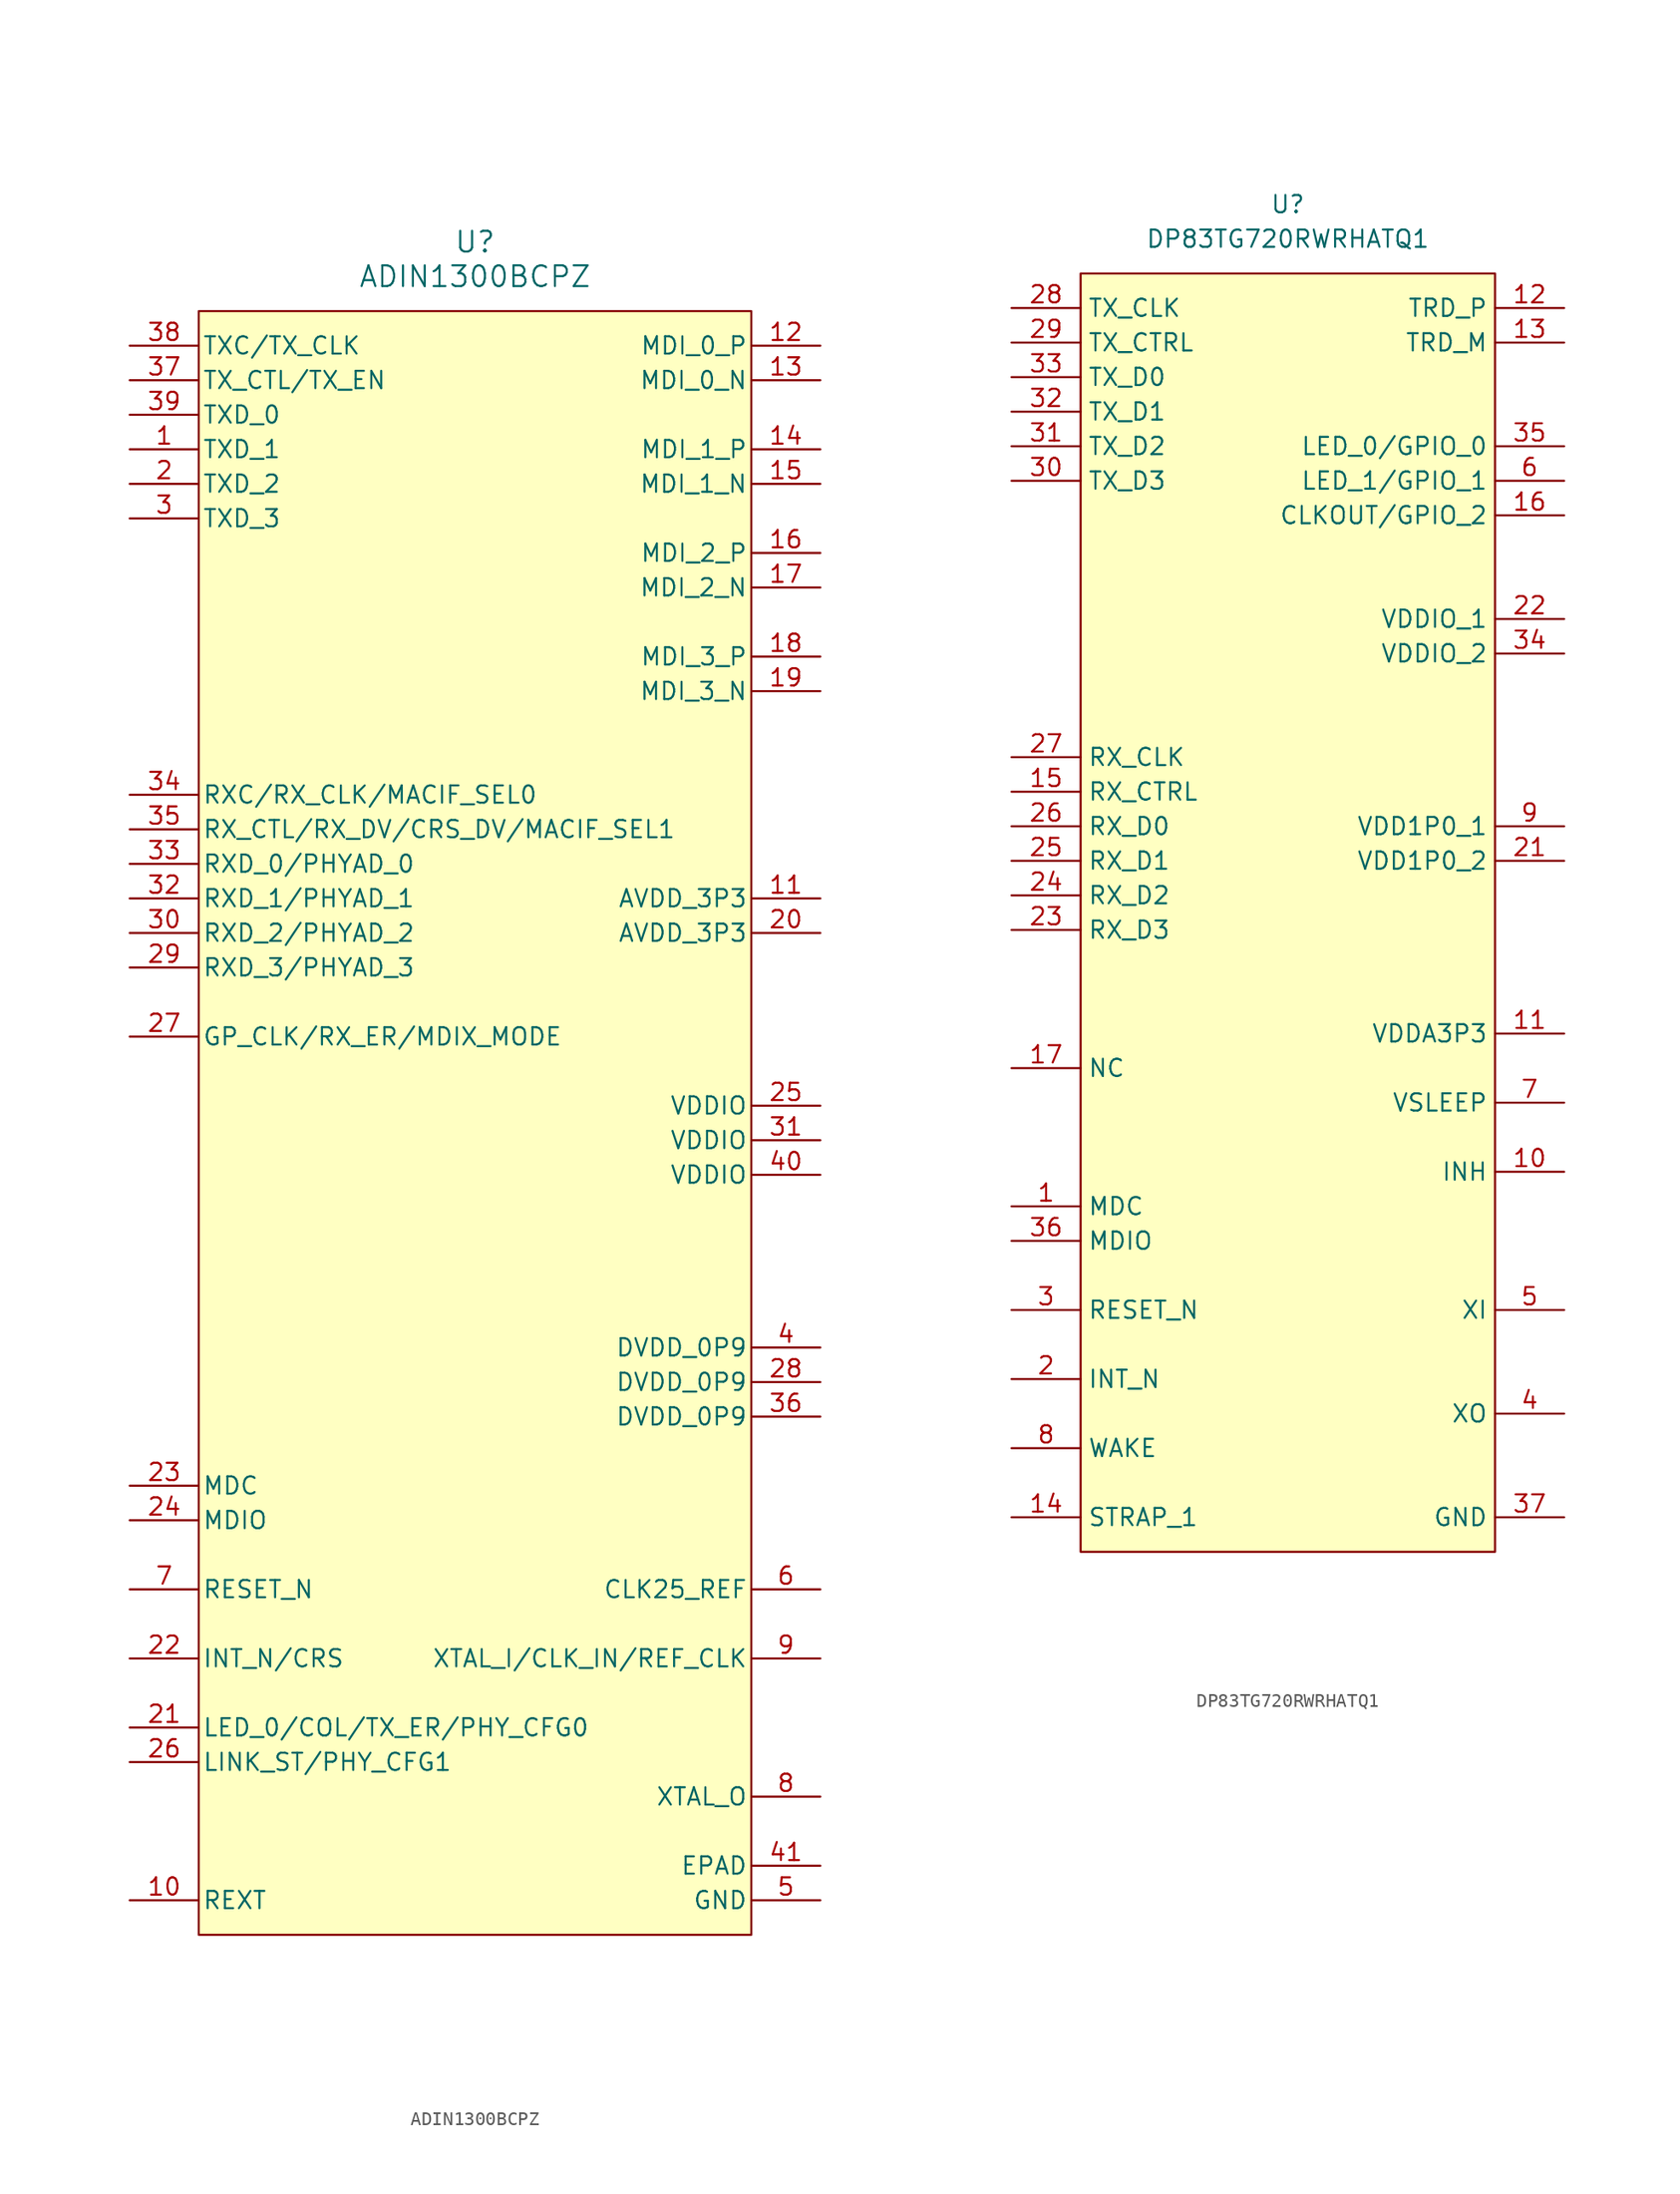
<source format=kicad_sym>
(kicad_symbol_lib
  (version 20241209)
  (generator "kicad_symbol_editor")
  (generator_version "9.0")
  (symbol "ADIN1300BCPZ"
    (pin_names
      (offset 0.254))
    (property "Reference" "U"
      (at 0 5.08 0)
      (effects (font (size 1.524 1.524))))
    (property "Value" "ADIN1300BCPZ"
      (at 0 2.54 0)
      (effects (font (size 1.524 1.524))))
    (symbol "ADIN1300BCPZ_0_1"
      (pin input line (at -25.4 -2.54 0) (length 5.08) (name "TXC/TX_CLK" (effects (font (size 1.27 1.27)))) (number "38" (effects (font (size 1.27 1.27)))))
      (pin input line (at -25.4 -5.08 0) (length 5.08) (name "TX_CTL/TX_EN" (effects (font (size 1.27 1.27)))) (number "37" (effects (font (size 1.27 1.27)))))
      (pin input line (at -25.4 -7.62 0) (length 5.08) (name "TXD_0" (effects (font (size 1.27 1.27)))) (number "39" (effects (font (size 1.27 1.27)))))
      (pin input line (at -25.4 -10.16 0) (length 5.08) (name "TXD_1" (effects (font (size 1.27 1.27)))) (number "1" (effects (font (size 1.27 1.27)))))
      (pin input line (at -25.4 -12.7 0) (length 5.08) (name "TXD_2" (effects (font (size 1.27 1.27)))) (number "2" (effects (font (size 1.27 1.27)))))
      (pin input line (at -25.4 -15.24 0) (length 5.08) (name "TXD_3" (effects (font (size 1.27 1.27)))) (number "3" (effects (font (size 1.27 1.27)))))
      (pin output line (at -25.4 -35.56 0) (length 5.08) (name "RXC/RX_CLK/MACIF_SEL0" (effects (font (size 1.27 1.27)))) (number "34" (effects (font (size 1.27 1.27)))))
      (pin output line (at -25.4 -38.1 0) (length 5.08) (name "RX_CTL/RX_DV/CRS_DV/MACIF_SEL1" (effects (font (size 1.27 1.27)))) (number "35" (effects (font (size 1.27 1.27)))))
      (pin output line (at -25.4 -40.64 0) (length 5.08) (name "RXD_0/PHYAD_0" (effects (font (size 1.27 1.27)))) (number "33" (effects (font (size 1.27 1.27)))))
      (pin output line (at -25.4 -43.18 0) (length 5.08) (name "RXD_1/PHYAD_1" (effects (font (size 1.27 1.27)))) (number "32" (effects (font (size 1.27 1.27)))))
      (pin output line (at -25.4 -45.72 0) (length 5.08) (name "RXD_2/PHYAD_2" (effects (font (size 1.27 1.27)))) (number "30" (effects (font (size 1.27 1.27)))))
      (pin output line (at -25.4 -48.26 0) (length 5.08) (name "RXD_3/PHYAD_3" (effects (font (size 1.27 1.27)))) (number "29" (effects (font (size 1.27 1.27)))))
      (pin input line (at -25.4 -93.98 0) (length 5.08) (name "RESET_N" (effects (font (size 1.27 1.27)))) (number "7" (effects (font (size 1.27 1.27)))))
      (pin output line (at -25.4 -106.68 0) (length 5.08) (name "LINK_ST/PHY_CFG1" (effects (font (size 1.27 1.27)))) (number "26" (effects (font (size 1.27 1.27)))))
      (pin bidirectional line (at 25.4 -2.54 180) (length 5.08) (name "MDI_0_P" (effects (font (size 1.27 1.27)))) (number "12" (effects (font (size 1.27 1.27)))))
      (pin bidirectional line (at 25.4 -5.08 180) (length 5.08) (name "MDI_0_N" (effects (font (size 1.27 1.27)))) (number "13" (effects (font (size 1.27 1.27)))))
      (pin bidirectional line (at 25.4 -10.16 180) (length 5.08) (name "MDI_1_P" (effects (font (size 1.27 1.27)))) (number "14" (effects (font (size 1.27 1.27)))))
      (pin bidirectional line (at 25.4 -12.7 180) (length 5.08) (name "MDI_1_N" (effects (font (size 1.27 1.27)))) (number "15" (effects (font (size 1.27 1.27)))))
      (pin bidirectional line (at 25.4 -17.78 180) (length 5.08) (name "MDI_2_P" (effects (font (size 1.27 1.27)))) (number "16" (effects (font (size 1.27 1.27)))))
      (pin bidirectional line (at 25.4 -20.32 180) (length 5.08) (name "MDI_2_N" (effects (font (size 1.27 1.27)))) (number "17" (effects (font (size 1.27 1.27)))))
      (pin bidirectional line (at 25.4 -25.4 180) (length 5.08) (name "MDI_3_P" (effects (font (size 1.27 1.27)))) (number "18" (effects (font (size 1.27 1.27)))))
      (pin bidirectional line (at 25.4 -27.94 180) (length 5.08) (name "MDI_3_N" (effects (font (size 1.27 1.27)))) (number "19" (effects (font (size 1.27 1.27)))))
      (pin power_in line (at 25.4 -43.18 180) (length 5.08) (name "AVDD_3P3" (effects (font (size 1.27 1.27)))) (number "11" (effects (font (size 1.27 1.27)))))
      (pin power_in line (at 25.4 -45.72 180) (length 5.08) (name "AVDD_3P3" (effects (font (size 1.27 1.27)))) (number "20" (effects (font (size 1.27 1.27)))))
      (pin power_in line (at 25.4 -58.42 180) (length 5.08) (name "VDDIO" (effects (font (size 1.27 1.27)))) (number "25" (effects (font (size 1.27 1.27)))))
      (pin power_in line (at 25.4 -60.96 180) (length 5.08) (name "VDDIO" (effects (font (size 1.27 1.27)))) (number "31" (effects (font (size 1.27 1.27)))))
      (pin power_in line (at 25.4 -63.5 180) (length 5.08) (name "VDDIO" (effects (font (size 1.27 1.27)))) (number "40" (effects (font (size 1.27 1.27)))))
      (pin power_in line (at 25.4 -76.2 180) (length 5.08) (name "DVDD_0P9" (effects (font (size 1.27 1.27)))) (number "4" (effects (font (size 1.27 1.27)))))
      (pin power_in line (at 25.4 -78.74 180) (length 5.08) (name "DVDD_0P9" (effects (font (size 1.27 1.27)))) (number "28" (effects (font (size 1.27 1.27)))))
      (pin power_in line (at 25.4 -81.28 180) (length 5.08) (name "DVDD_0P9" (effects (font (size 1.27 1.27)))) (number "36" (effects (font (size 1.27 1.27)))))
      (pin unspecified line (at 25.4 -99.06 180) (length 5.08) (name "XTAL_I/CLK_IN/REF_CLK" (effects (font (size 1.27 1.27)))) (number "9" (effects (font (size 1.27 1.27)))))
      (pin unspecified line (at 25.4 -109.22 180) (length 5.08) (name "XTAL_O" (effects (font (size 1.27 1.27)))) (number "8" (effects (font (size 1.27 1.27)))))
      (pin passive line (at 25.4 -114.3 180) (length 5.08) (name "EPAD" (effects (font (size 1.27 1.27)))) (number "41" (effects (font (size 1.27 1.27)))))
      (pin passive line (at 25.4 -116.84 180) (length 5.08) (name "GND" (effects (font (size 1.27 1.27)))) (number "5" (effects (font (size 1.27 1.27))))))
    (symbol "ADIN1300BCPZ_1_1"
      (rectangle (start -20.32 0) (end 20.32 -119.38) (stroke (width 0) (type solid)) (fill (type background)))
      (pin output line (at -25.4 -53.34 0) (length 5.08) (name "GP_CLK/RX_ER/MDIX_MODE" (effects (font (size 1.27 1.27)))) (number "27" (effects (font (size 1.27 1.27)))))
      (pin input line (at -25.4 -86.36 0) (length 5.08) (name "MDC" (effects (font (size 1.27 1.27)))) (number "23" (effects (font (size 1.27 1.27)))))
      (pin bidirectional line (at -25.4 -88.9 0) (length 5.08) (name "MDIO" (effects (font (size 1.27 1.27)))) (number "24" (effects (font (size 1.27 1.27)))))
      (pin output line (at -25.4 -99.06 0) (length 5.08) (name "INT_N/CRS" (effects (font (size 1.27 1.27)))) (number "22" (effects (font (size 1.27 1.27)))))
      (pin output line (at -25.4 -104.14 0) (length 5.08) (name "LED_0/COL/TX_ER/PHY_CFG0" (effects (font (size 1.27 1.27)))) (number "21" (effects (font (size 1.27 1.27)))))
      (pin passive line (at -25.4 -116.84 0) (length 5.08) (name "REXT" (effects (font (size 1.27 1.27)))) (number "10" (effects (font (size 1.27 1.27)))))
      (pin output line (at 25.4 -93.98 180) (length 5.08) (name "CLK25_REF" (effects (font (size 1.27 1.27)))) (number "6" (effects (font (size 1.27 1.27)))))))
  (symbol "DP83TG720RWRHATQ1"
    (property "Reference" "U"
      (at 0 5.08 0)
      (effects (font (size 1.27 1.27))))
    (property "Value" "DP83TG720RWRHATQ1"
      (at 0 2.54 0)
      (effects (font (size 1.27 1.27))))
    (symbol "DP83TG720RWRHATQ1_1_1"
      (rectangle (start -15.24 0) (end 15.24 -93.98) (stroke (width 0) (type solid)) (fill (type background)))
      (pin input line (at -20.32 -2.54 0) (length 5.08) (name "TX_CLK" (effects (font (size 1.27 1.27)))) (number "28" (effects (font (size 1.27 1.27)))))
      (pin input line (at -20.32 -5.08 0) (length 5.08) (name "TX_CTRL" (effects (font (size 1.27 1.27)))) (number "29" (effects (font (size 1.27 1.27)))))
      (pin input line (at -20.32 -7.62 0) (length 5.08) (name "TX_D0" (effects (font (size 1.27 1.27)))) (number "33" (effects (font (size 1.27 1.27)))))
      (pin input line (at -20.32 -10.16 0) (length 5.08) (name "TX_D1" (effects (font (size 1.27 1.27)))) (number "32" (effects (font (size 1.27 1.27)))))
      (pin input line (at -20.32 -12.7 0) (length 5.08) (name "TX_D2" (effects (font (size 1.27 1.27)))) (number "31" (effects (font (size 1.27 1.27)))))
      (pin input line (at -20.32 -15.24 0) (length 5.08) (name "TX_D3" (effects (font (size 1.27 1.27)))) (number "30" (effects (font (size 1.27 1.27)))))
      (pin output line (at -20.32 -35.56 0) (length 5.08) (name "RX_CLK" (effects (font (size 1.27 1.27)))) (number "27" (effects (font (size 1.27 1.27)))))
      (pin output line (at -20.32 -38.1 0) (length 5.08) (name "RX_CTRL" (effects (font (size 1.27 1.27)))) (number "15" (effects (font (size 1.27 1.27)))))
      (pin output line (at -20.32 -40.64 0) (length 5.08) (name "RX_D0" (effects (font (size 1.27 1.27)))) (number "26" (effects (font (size 1.27 1.27)))))
      (pin output line (at -20.32 -43.18 0) (length 5.08) (name "RX_D1" (effects (font (size 1.27 1.27)))) (number "25" (effects (font (size 1.27 1.27)))))
      (pin output line (at -20.32 -45.72 0) (length 5.08) (name "RX_D2" (effects (font (size 1.27 1.27)))) (number "24" (effects (font (size 1.27 1.27)))))
      (pin output line (at -20.32 -48.26 0) (length 5.08) (name "RX_D3" (effects (font (size 1.27 1.27)))) (number "23" (effects (font (size 1.27 1.27)))))
      (pin passive line (at -20.32 -58.42 0) (length 5.08) (name "NC" (effects (font (size 1.27 1.27)))) (number "17" (effects (font (size 1.27 1.27)))))
      (pin passive line (at -20.32 -58.42 0) (length 5.08) (hide yes) (name "NC" (effects (font (size 1.27 1.27)))) (number "18" (effects (font (size 1.27 1.27)))))
      (pin passive line (at -20.32 -58.42 0) (length 5.08) (hide yes) (name "NC" (effects (font (size 1.27 1.27)))) (number "19" (effects (font (size 1.27 1.27)))))
      (pin passive line (at -20.32 -58.42 0) (length 5.08) (hide yes) (name "NC" (effects (font (size 1.27 1.27)))) (number "20" (effects (font (size 1.27 1.27)))))
      (pin input line (at -20.32 -68.58 0) (length 5.08) (name "MDC" (effects (font (size 1.27 1.27)))) (number "1" (effects (font (size 1.27 1.27)))))
      (pin bidirectional line (at -20.32 -71.12 0) (length 5.08) (name "MDIO" (effects (font (size 1.27 1.27)))) (number "36" (effects (font (size 1.27 1.27)))))
      (pin input line (at -20.32 -76.2 0) (length 5.08) (name "RESET_N" (effects (font (size 1.27 1.27)))) (number "3" (effects (font (size 1.27 1.27)))))
      (pin output line (at -20.32 -81.28 0) (length 5.08) (name "INT_N" (effects (font (size 1.27 1.27)))) (number "2" (effects (font (size 1.27 1.27)))))
      (pin input line (at -20.32 -86.36 0) (length 5.08) (name "WAKE" (effects (font (size 1.27 1.27)))) (number "8" (effects (font (size 1.27 1.27)))))
      (pin passive line (at -20.32 -91.44 0) (length 5.08) (name "STRAP_1" (effects (font (size 1.27 1.27)))) (number "14" (effects (font (size 1.27 1.27)))))
      (pin bidirectional line (at 20.32 -2.54 180) (length 5.08) (name "TRD_P" (effects (font (size 1.27 1.27)))) (number "12" (effects (font (size 1.27 1.27)))))
      (pin bidirectional line (at 20.32 -5.08 180) (length 5.08) (name "TRD_M" (effects (font (size 1.27 1.27)))) (number "13" (effects (font (size 1.27 1.27)))))
      (pin bidirectional line (at 20.32 -12.7 180) (length 5.08) (name "LED_0/GPIO_0" (effects (font (size 1.27 1.27)))) (number "35" (effects (font (size 1.27 1.27)))))
      (pin bidirectional line (at 20.32 -15.24 180) (length 5.08) (name "LED_1/GPIO_1" (effects (font (size 1.27 1.27)))) (number "6" (effects (font (size 1.27 1.27)))))
      (pin bidirectional line (at 20.32 -17.78 180) (length 5.08) (name "CLKOUT/GPIO_2" (effects (font (size 1.27 1.27)))) (number "16" (effects (font (size 1.27 1.27)))))
      (pin power_in line (at 20.32 -25.4 180) (length 5.08) (name "VDDIO_1" (effects (font (size 1.27 1.27)))) (number "22" (effects (font (size 1.27 1.27)))))
      (pin power_in line (at 20.32 -27.94 180) (length 5.08) (name "VDDIO_2" (effects (font (size 1.27 1.27)))) (number "34" (effects (font (size 1.27 1.27)))))
      (pin power_in line (at 20.32 -40.64 180) (length 5.08) (name "VDD1P0_1" (effects (font (size 1.27 1.27)))) (number "9" (effects (font (size 1.27 1.27)))))
      (pin power_in line (at 20.32 -43.18 180) (length 5.08) (name "VDD1P0_2" (effects (font (size 1.27 1.27)))) (number "21" (effects (font (size 1.27 1.27)))))
      (pin power_in line (at 20.32 -55.88 180) (length 5.08) (name "VDDA3P3" (effects (font (size 1.27 1.27)))) (number "11" (effects (font (size 1.27 1.27)))))
      (pin power_in line (at 20.32 -60.96 180) (length 5.08) (name "VSLEEP" (effects (font (size 1.27 1.27)))) (number "7" (effects (font (size 1.27 1.27)))))
      (pin passive line (at 20.32 -66.04 180) (length 5.08) (name "INH" (effects (font (size 1.27 1.27)))) (number "10" (effects (font (size 1.27 1.27)))))
      (pin input line (at 20.32 -76.2 180) (length 5.08) (name "XI" (effects (font (size 1.27 1.27)))) (number "5" (effects (font (size 1.27 1.27)))))
      (pin output line (at 20.32 -83.82 180) (length 5.08) (name "XO" (effects (font (size 1.27 1.27)))) (number "4" (effects (font (size 1.27 1.27)))))
      (pin passive line (at 20.32 -91.44 180) (length 5.08) (name "GND" (effects (font (size 1.27 1.27)))) (number "37" (effects (font (size 1.27 1.27))))))))
</source>
